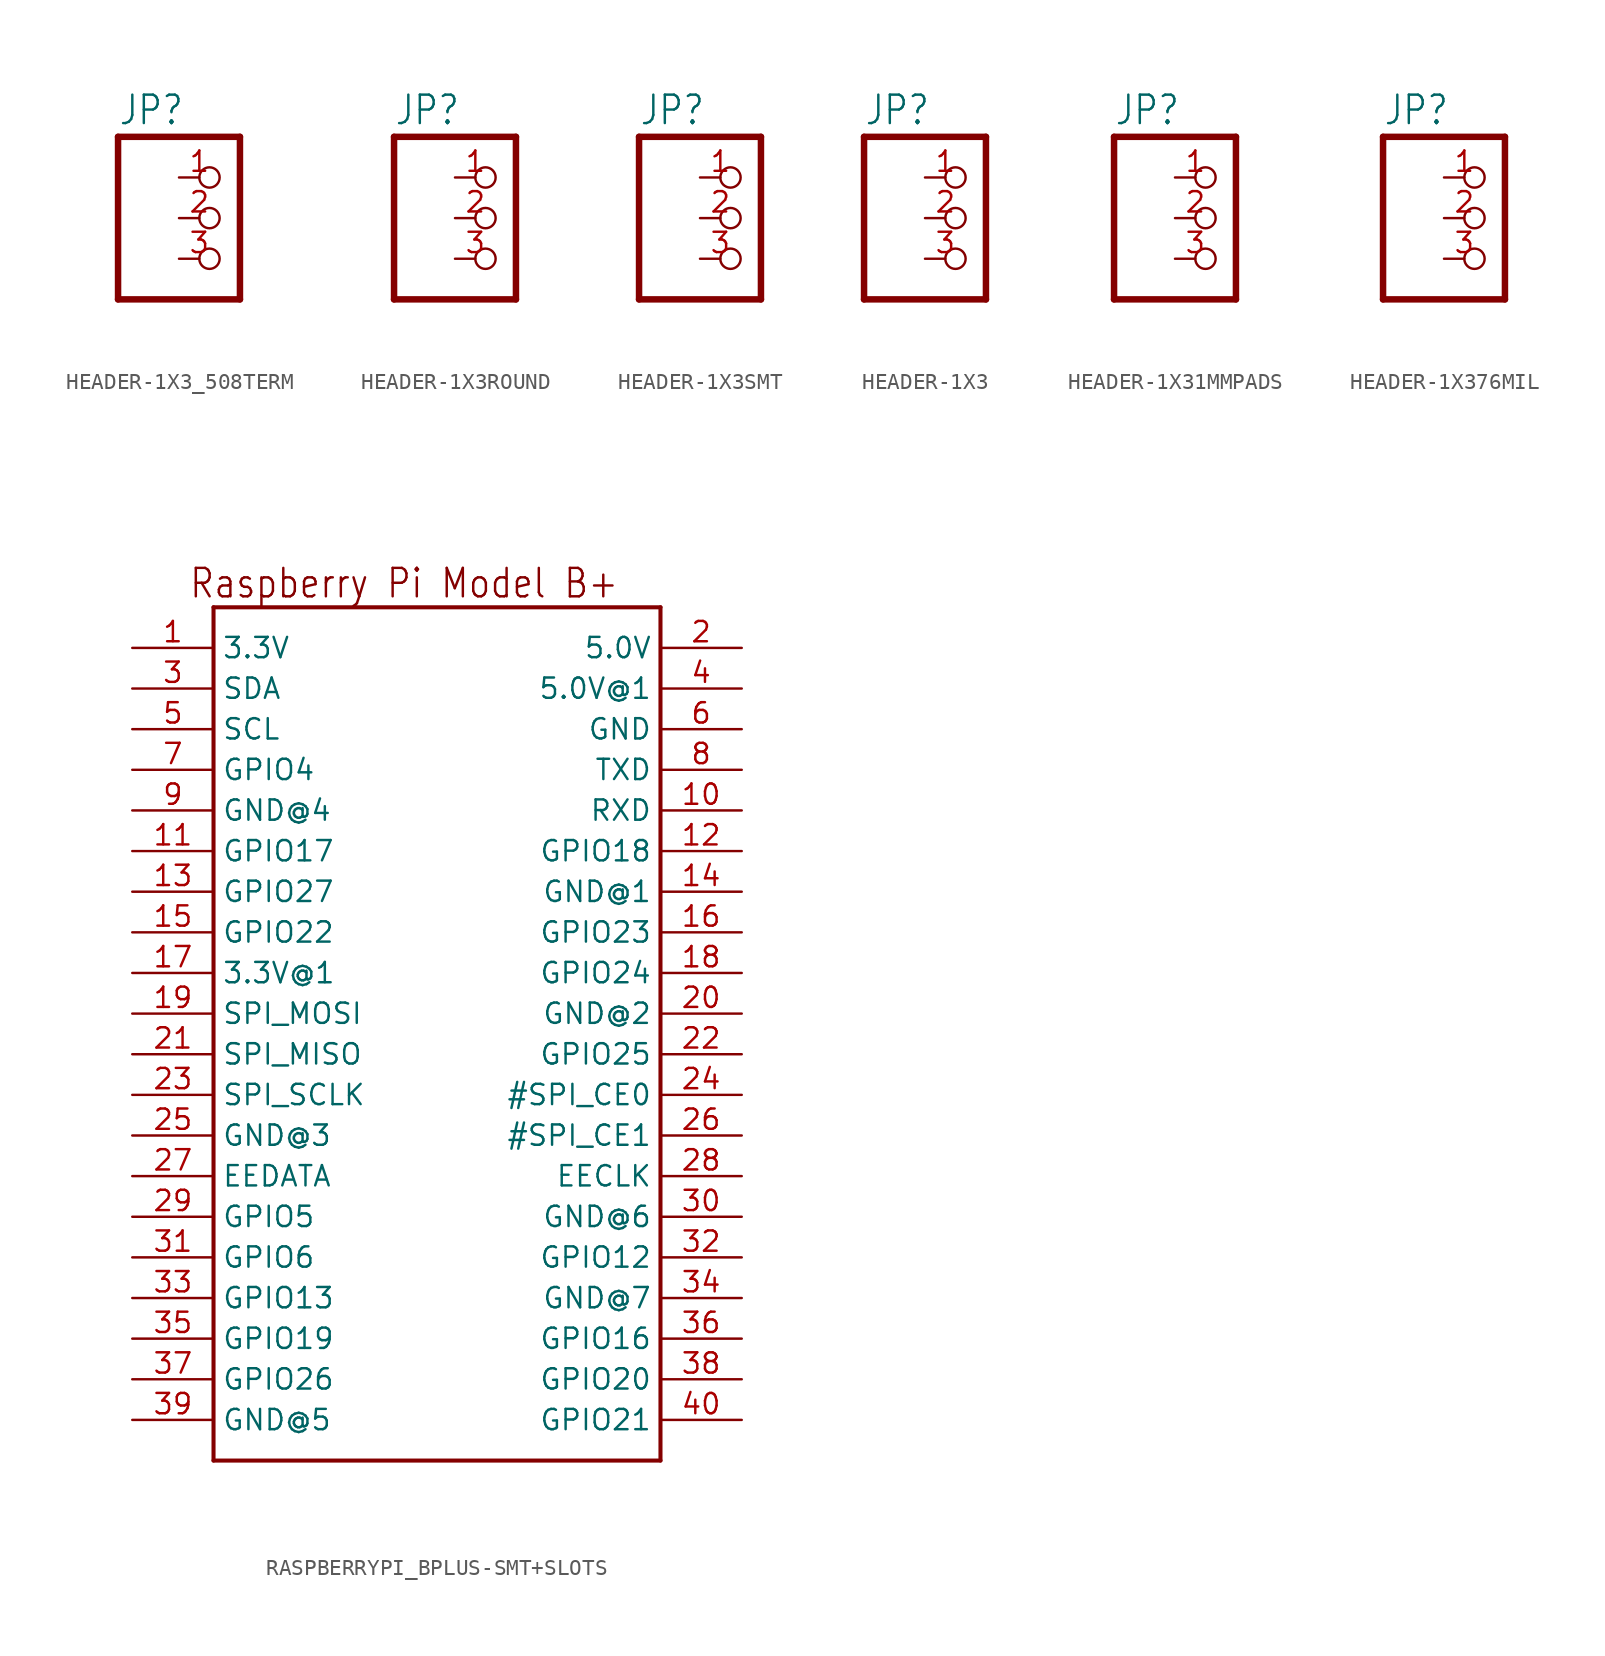
<source format=kicad_sym>
(kicad_symbol_lib
  (version 20220914)
  (generator kicad_symbol_editor)
  (symbol "HEADER-1X3_508TERM"
    (property "Reference" "JP"
      (at -6.35 5.715 0)
      (effects (font (size 1.778 1.511)) (justify left bottom)))
    (property "Value" ""
      (at -6.35 -7.62 0)
      (effects (font (size 1.778 1.511)) (justify left bottom)))
    (property "ki_locked" ""
      (at 0 0 0)
      (effects (font (size 1.27 1.27))))
    (symbol "HEADER-1X3_508TERM_1_0"
      (polyline (pts (xy -6.35 -5.08) (xy 1.27 -5.08)) (stroke (width 0.406) (type solid)) (fill (type none)))
      (polyline (pts (xy -6.35 5.08) (xy -6.35 -5.08)) (stroke (width 0.406) (type solid)) (fill (type none)))
      (polyline (pts (xy 1.27 -5.08) (xy 1.27 5.08)) (stroke (width 0.406) (type solid)) (fill (type none)))
      (polyline (pts (xy 1.27 5.08) (xy -6.35 5.08)) (stroke (width 0.406) (type solid)) (fill (type none)))
      (pin passive inverted (at -2.54 2.54 0) (length 2.54) (name "1" (effects (font (size 0 0)))) (number "1" (effects (font (size 1.27 1.27)))))
      (pin passive inverted (at -2.54 0 0) (length 2.54) (name "2" (effects (font (size 0 0)))) (number "2" (effects (font (size 1.27 1.27)))))
      (pin passive inverted (at -2.54 -2.54 0) (length 2.54) (name "3" (effects (font (size 0 0)))) (number "3" (effects (font (size 1.27 1.27)))))))
  (symbol "HEADER-1X3ROUND"
    (property "Reference" "JP"
      (at -6.35 5.715 0)
      (effects (font (size 1.778 1.511)) (justify left bottom)))
    (property "Value" ""
      (at -6.35 -7.62 0)
      (effects (font (size 1.778 1.511)) (justify left bottom)))
    (property "ki_locked" ""
      (at 0 0 0)
      (effects (font (size 1.27 1.27))))
    (symbol "HEADER-1X3ROUND_1_0"
      (polyline (pts (xy -6.35 -5.08) (xy 1.27 -5.08)) (stroke (width 0.406) (type solid)) (fill (type none)))
      (polyline (pts (xy -6.35 5.08) (xy -6.35 -5.08)) (stroke (width 0.406) (type solid)) (fill (type none)))
      (polyline (pts (xy 1.27 -5.08) (xy 1.27 5.08)) (stroke (width 0.406) (type solid)) (fill (type none)))
      (polyline (pts (xy 1.27 5.08) (xy -6.35 5.08)) (stroke (width 0.406) (type solid)) (fill (type none)))
      (pin passive inverted (at -2.54 2.54 0) (length 2.54) (name "1" (effects (font (size 0 0)))) (number "1" (effects (font (size 1.27 1.27)))))
      (pin passive inverted (at -2.54 0 0) (length 2.54) (name "2" (effects (font (size 0 0)))) (number "2" (effects (font (size 1.27 1.27)))))
      (pin passive inverted (at -2.54 -2.54 0) (length 2.54) (name "3" (effects (font (size 0 0)))) (number "3" (effects (font (size 1.27 1.27)))))))
  (symbol "HEADER-1X3SMT"
    (property "Reference" "JP"
      (at -6.35 5.715 0)
      (effects (font (size 1.778 1.511)) (justify left bottom)))
    (property "Value" ""
      (at -6.35 -7.62 0)
      (effects (font (size 1.778 1.511)) (justify left bottom)))
    (property "ki_locked" ""
      (at 0 0 0)
      (effects (font (size 1.27 1.27))))
    (symbol "HEADER-1X3SMT_1_0"
      (polyline (pts (xy -6.35 -5.08) (xy 1.27 -5.08)) (stroke (width 0.406) (type solid)) (fill (type none)))
      (polyline (pts (xy -6.35 5.08) (xy -6.35 -5.08)) (stroke (width 0.406) (type solid)) (fill (type none)))
      (polyline (pts (xy 1.27 -5.08) (xy 1.27 5.08)) (stroke (width 0.406) (type solid)) (fill (type none)))
      (polyline (pts (xy 1.27 5.08) (xy -6.35 5.08)) (stroke (width 0.406) (type solid)) (fill (type none)))
      (pin passive inverted (at -2.54 2.54 0) (length 2.54) (name "1" (effects (font (size 0 0)))) (number "1" (effects (font (size 1.27 1.27)))))
      (pin passive inverted (at -2.54 0 0) (length 2.54) (name "2" (effects (font (size 0 0)))) (number "2" (effects (font (size 1.27 1.27)))))
      (pin passive inverted (at -2.54 -2.54 0) (length 2.54) (name "3" (effects (font (size 0 0)))) (number "3" (effects (font (size 1.27 1.27)))))))
  (symbol "HEADER-1X3"
    (property "Reference" "JP"
      (at -6.35 5.715 0)
      (effects (font (size 1.778 1.511)) (justify left bottom)))
    (property "Value" ""
      (at -6.35 -7.62 0)
      (effects (font (size 1.778 1.511)) (justify left bottom)))
    (property "ki_locked" ""
      (at 0 0 0)
      (effects (font (size 1.27 1.27))))
    (symbol "HEADER-1X3_1_0"
      (polyline (pts (xy -6.35 -5.08) (xy 1.27 -5.08)) (stroke (width 0.406) (type solid)) (fill (type none)))
      (polyline (pts (xy -6.35 5.08) (xy -6.35 -5.08)) (stroke (width 0.406) (type solid)) (fill (type none)))
      (polyline (pts (xy 1.27 -5.08) (xy 1.27 5.08)) (stroke (width 0.406) (type solid)) (fill (type none)))
      (polyline (pts (xy 1.27 5.08) (xy -6.35 5.08)) (stroke (width 0.406) (type solid)) (fill (type none)))
      (pin passive inverted (at -2.54 2.54 0) (length 2.54) (name "1" (effects (font (size 0 0)))) (number "1" (effects (font (size 1.27 1.27)))))
      (pin passive inverted (at -2.54 0 0) (length 2.54) (name "2" (effects (font (size 0 0)))) (number "2" (effects (font (size 1.27 1.27)))))
      (pin passive inverted (at -2.54 -2.54 0) (length 2.54) (name "3" (effects (font (size 0 0)))) (number "3" (effects (font (size 1.27 1.27)))))))
  (symbol "HEADER-1X31MMPADS"
    (property "Reference" "JP"
      (at -6.35 5.715 0)
      (effects (font (size 1.778 1.511)) (justify left bottom)))
    (property "Value" ""
      (at -6.35 -7.62 0)
      (effects (font (size 1.778 1.511)) (justify left bottom)))
    (property "ki_locked" ""
      (at 0 0 0)
      (effects (font (size 1.27 1.27))))
    (symbol "HEADER-1X31MMPADS_1_0"
      (polyline (pts (xy -6.35 -5.08) (xy 1.27 -5.08)) (stroke (width 0.406) (type solid)) (fill (type none)))
      (polyline (pts (xy -6.35 5.08) (xy -6.35 -5.08)) (stroke (width 0.406) (type solid)) (fill (type none)))
      (polyline (pts (xy 1.27 -5.08) (xy 1.27 5.08)) (stroke (width 0.406) (type solid)) (fill (type none)))
      (polyline (pts (xy 1.27 5.08) (xy -6.35 5.08)) (stroke (width 0.406) (type solid)) (fill (type none)))
      (pin passive inverted (at -2.54 2.54 0) (length 2.54) (name "1" (effects (font (size 0 0)))) (number "1" (effects (font (size 1.27 1.27)))))
      (pin passive inverted (at -2.54 0 0) (length 2.54) (name "2" (effects (font (size 0 0)))) (number "2" (effects (font (size 1.27 1.27)))))
      (pin passive inverted (at -2.54 -2.54 0) (length 2.54) (name "3" (effects (font (size 0 0)))) (number "3" (effects (font (size 1.27 1.27)))))))
  (symbol "HEADER-1X376MIL"
    (property "Reference" "JP"
      (at -6.35 5.715 0)
      (effects (font (size 1.778 1.511)) (justify left bottom)))
    (property "Value" ""
      (at -6.35 -7.62 0)
      (effects (font (size 1.778 1.511)) (justify left bottom)))
    (property "ki_locked" ""
      (at 0 0 0)
      (effects (font (size 1.27 1.27))))
    (symbol "HEADER-1X376MIL_1_0"
      (polyline (pts (xy -6.35 -5.08) (xy 1.27 -5.08)) (stroke (width 0.406) (type solid)) (fill (type none)))
      (polyline (pts (xy -6.35 5.08) (xy -6.35 -5.08)) (stroke (width 0.406) (type solid)) (fill (type none)))
      (polyline (pts (xy 1.27 -5.08) (xy 1.27 5.08)) (stroke (width 0.406) (type solid)) (fill (type none)))
      (polyline (pts (xy 1.27 5.08) (xy -6.35 5.08)) (stroke (width 0.406) (type solid)) (fill (type none)))
      (pin passive inverted (at -2.54 2.54 0) (length 2.54) (name "1" (effects (font (size 0 0)))) (number "1" (effects (font (size 1.27 1.27)))))
      (pin passive inverted (at -2.54 0 0) (length 2.54) (name "2" (effects (font (size 0 0)))) (number "2" (effects (font (size 1.27 1.27)))))
      (pin passive inverted (at -2.54 -2.54 0) (length 2.54) (name "3" (effects (font (size 0 0)))) (number "3" (effects (font (size 1.27 1.27)))))))
  (symbol "RASPBERRYPI_BPLUS-SMT+SLOTS"
    (property "Reference" "RPI"
      (at 0 0 0)
      (effects (font (size 1.27 1.27)) hide))
    (property "ki_locked" ""
      (at 0 0 0)
      (effects (font (size 1.27 1.27))))
    (symbol "RASPBERRYPI_BPLUS-SMT+SLOTS_1_0"
      (polyline (pts (xy -12.7 -30.48) (xy -12.7 22.86)) (stroke (width 0.254) (type solid)) (fill (type none)))
      (polyline (pts (xy -12.7 22.86) (xy 15.24 22.86)) (stroke (width 0.254) (type solid)) (fill (type none)))
      (polyline (pts (xy 15.24 -30.48) (xy -12.7 -30.48)) (stroke (width 0.254) (type solid)) (fill (type none)))
      (polyline (pts (xy 15.24 22.86) (xy 15.24 -30.48)) (stroke (width 0.254) (type solid)) (fill (type none)))
      (text "Raspberry Pi Model B+" (at 12.7 25.4 0) (effects (font (size 1.778 1.511)) (justify right top)))
      (pin power_in line (at -17.78 20.32 0) (length 5.08) (name "3.3V" (effects (font (size 1.27 1.27)))) (number "1" (effects (font (size 1.27 1.27)))))
      (pin bidirectional line (at 20.32 10.16 180) (length 5.08) (name "RXD" (effects (font (size 1.27 1.27)))) (number "10" (effects (font (size 1.27 1.27)))))
      (pin bidirectional line (at -17.78 7.62 0) (length 5.08) (name "GPIO17" (effects (font (size 1.27 1.27)))) (number "11" (effects (font (size 1.27 1.27)))))
      (pin bidirectional line (at 20.32 7.62 180) (length 5.08) (name "GPIO18" (effects (font (size 1.27 1.27)))) (number "12" (effects (font (size 1.27 1.27)))))
      (pin bidirectional line (at -17.78 5.08 0) (length 5.08) (name "GPIO27" (effects (font (size 1.27 1.27)))) (number "13" (effects (font (size 1.27 1.27)))))
      (pin power_in line (at 20.32 5.08 180) (length 5.08) (name "GND@1" (effects (font (size 1.27 1.27)))) (number "14" (effects (font (size 1.27 1.27)))))
      (pin bidirectional line (at -17.78 2.54 0) (length 5.08) (name "GPIO22" (effects (font (size 1.27 1.27)))) (number "15" (effects (font (size 1.27 1.27)))))
      (pin bidirectional line (at 20.32 2.54 180) (length 5.08) (name "GPIO23" (effects (font (size 1.27 1.27)))) (number "16" (effects (font (size 1.27 1.27)))))
      (pin power_in line (at -17.78 0 0) (length 5.08) (name "3.3V@1" (effects (font (size 1.27 1.27)))) (number "17" (effects (font (size 1.27 1.27)))))
      (pin bidirectional line (at 20.32 0 180) (length 5.08) (name "GPIO24" (effects (font (size 1.27 1.27)))) (number "18" (effects (font (size 1.27 1.27)))))
      (pin bidirectional line (at -17.78 -2.54 0) (length 5.08) (name "SPI_MOSI" (effects (font (size 1.27 1.27)))) (number "19" (effects (font (size 1.27 1.27)))))
      (pin power_in line (at 20.32 20.32 180) (length 5.08) (name "5.0V" (effects (font (size 1.27 1.27)))) (number "2" (effects (font (size 1.27 1.27)))))
      (pin power_in line (at 20.32 -2.54 180) (length 5.08) (name "GND@2" (effects (font (size 1.27 1.27)))) (number "20" (effects (font (size 1.27 1.27)))))
      (pin bidirectional line (at -17.78 -5.08 0) (length 5.08) (name "SPI_MISO" (effects (font (size 1.27 1.27)))) (number "21" (effects (font (size 1.27 1.27)))))
      (pin bidirectional line (at 20.32 -5.08 180) (length 5.08) (name "GPIO25" (effects (font (size 1.27 1.27)))) (number "22" (effects (font (size 1.27 1.27)))))
      (pin bidirectional line (at -17.78 -7.62 0) (length 5.08) (name "SPI_SCLK" (effects (font (size 1.27 1.27)))) (number "23" (effects (font (size 1.27 1.27)))))
      (pin bidirectional line (at 20.32 -7.62 180) (length 5.08) (name "#SPI_CE0" (effects (font (size 1.27 1.27)))) (number "24" (effects (font (size 1.27 1.27)))))
      (pin power_in line (at -17.78 -10.16 0) (length 5.08) (name "GND@3" (effects (font (size 1.27 1.27)))) (number "25" (effects (font (size 1.27 1.27)))))
      (pin bidirectional line (at 20.32 -10.16 180) (length 5.08) (name "#SPI_CE1" (effects (font (size 1.27 1.27)))) (number "26" (effects (font (size 1.27 1.27)))))
      (pin bidirectional line (at -17.78 -12.7 0) (length 5.08) (name "EEDATA" (effects (font (size 1.27 1.27)))) (number "27" (effects (font (size 1.27 1.27)))))
      (pin bidirectional line (at 20.32 -12.7 180) (length 5.08) (name "EECLK" (effects (font (size 1.27 1.27)))) (number "28" (effects (font (size 1.27 1.27)))))
      (pin bidirectional line (at -17.78 -15.24 0) (length 5.08) (name "GPIO5" (effects (font (size 1.27 1.27)))) (number "29" (effects (font (size 1.27 1.27)))))
      (pin bidirectional line (at -17.78 17.78 0) (length 5.08) (name "SDA" (effects (font (size 1.27 1.27)))) (number "3" (effects (font (size 1.27 1.27)))))
      (pin power_in line (at 20.32 -15.24 180) (length 5.08) (name "GND@6" (effects (font (size 1.27 1.27)))) (number "30" (effects (font (size 1.27 1.27)))))
      (pin bidirectional line (at -17.78 -17.78 0) (length 5.08) (name "GPIO6" (effects (font (size 1.27 1.27)))) (number "31" (effects (font (size 1.27 1.27)))))
      (pin bidirectional line (at 20.32 -17.78 180) (length 5.08) (name "GPIO12" (effects (font (size 1.27 1.27)))) (number "32" (effects (font (size 1.27 1.27)))))
      (pin bidirectional line (at -17.78 -20.32 0) (length 5.08) (name "GPIO13" (effects (font (size 1.27 1.27)))) (number "33" (effects (font (size 1.27 1.27)))))
      (pin power_in line (at 20.32 -20.32 180) (length 5.08) (name "GND@7" (effects (font (size 1.27 1.27)))) (number "34" (effects (font (size 1.27 1.27)))))
      (pin bidirectional line (at -17.78 -22.86 0) (length 5.08) (name "GPIO19" (effects (font (size 1.27 1.27)))) (number "35" (effects (font (size 1.27 1.27)))))
      (pin bidirectional line (at 20.32 -22.86 180) (length 5.08) (name "GPIO16" (effects (font (size 1.27 1.27)))) (number "36" (effects (font (size 1.27 1.27)))))
      (pin bidirectional line (at -17.78 -25.4 0) (length 5.08) (name "GPIO26" (effects (font (size 1.27 1.27)))) (number "37" (effects (font (size 1.27 1.27)))))
      (pin bidirectional line (at 20.32 -25.4 180) (length 5.08) (name "GPIO20" (effects (font (size 1.27 1.27)))) (number "38" (effects (font (size 1.27 1.27)))))
      (pin power_in line (at -17.78 -27.94 0) (length 5.08) (name "GND@5" (effects (font (size 1.27 1.27)))) (number "39" (effects (font (size 1.27 1.27)))))
      (pin power_in line (at 20.32 17.78 180) (length 5.08) (name "5.0V@1" (effects (font (size 1.27 1.27)))) (number "4" (effects (font (size 1.27 1.27)))))
      (pin bidirectional line (at 20.32 -27.94 180) (length 5.08) (name "GPIO21" (effects (font (size 1.27 1.27)))) (number "40" (effects (font (size 1.27 1.27)))))
      (pin bidirectional line (at -17.78 15.24 0) (length 5.08) (name "SCL" (effects (font (size 1.27 1.27)))) (number "5" (effects (font (size 1.27 1.27)))))
      (pin power_in line (at 20.32 15.24 180) (length 5.08) (name "GND" (effects (font (size 1.27 1.27)))) (number "6" (effects (font (size 1.27 1.27)))))
      (pin bidirectional line (at -17.78 12.7 0) (length 5.08) (name "GPIO4" (effects (font (size 1.27 1.27)))) (number "7" (effects (font (size 1.27 1.27)))))
      (pin bidirectional line (at 20.32 12.7 180) (length 5.08) (name "TXD" (effects (font (size 1.27 1.27)))) (number "8" (effects (font (size 1.27 1.27)))))
      (pin power_in line (at -17.78 10.16 0) (length 5.08) (name "GND@4" (effects (font (size 1.27 1.27)))) (number "9" (effects (font (size 1.27 1.27))))))))
</source>
